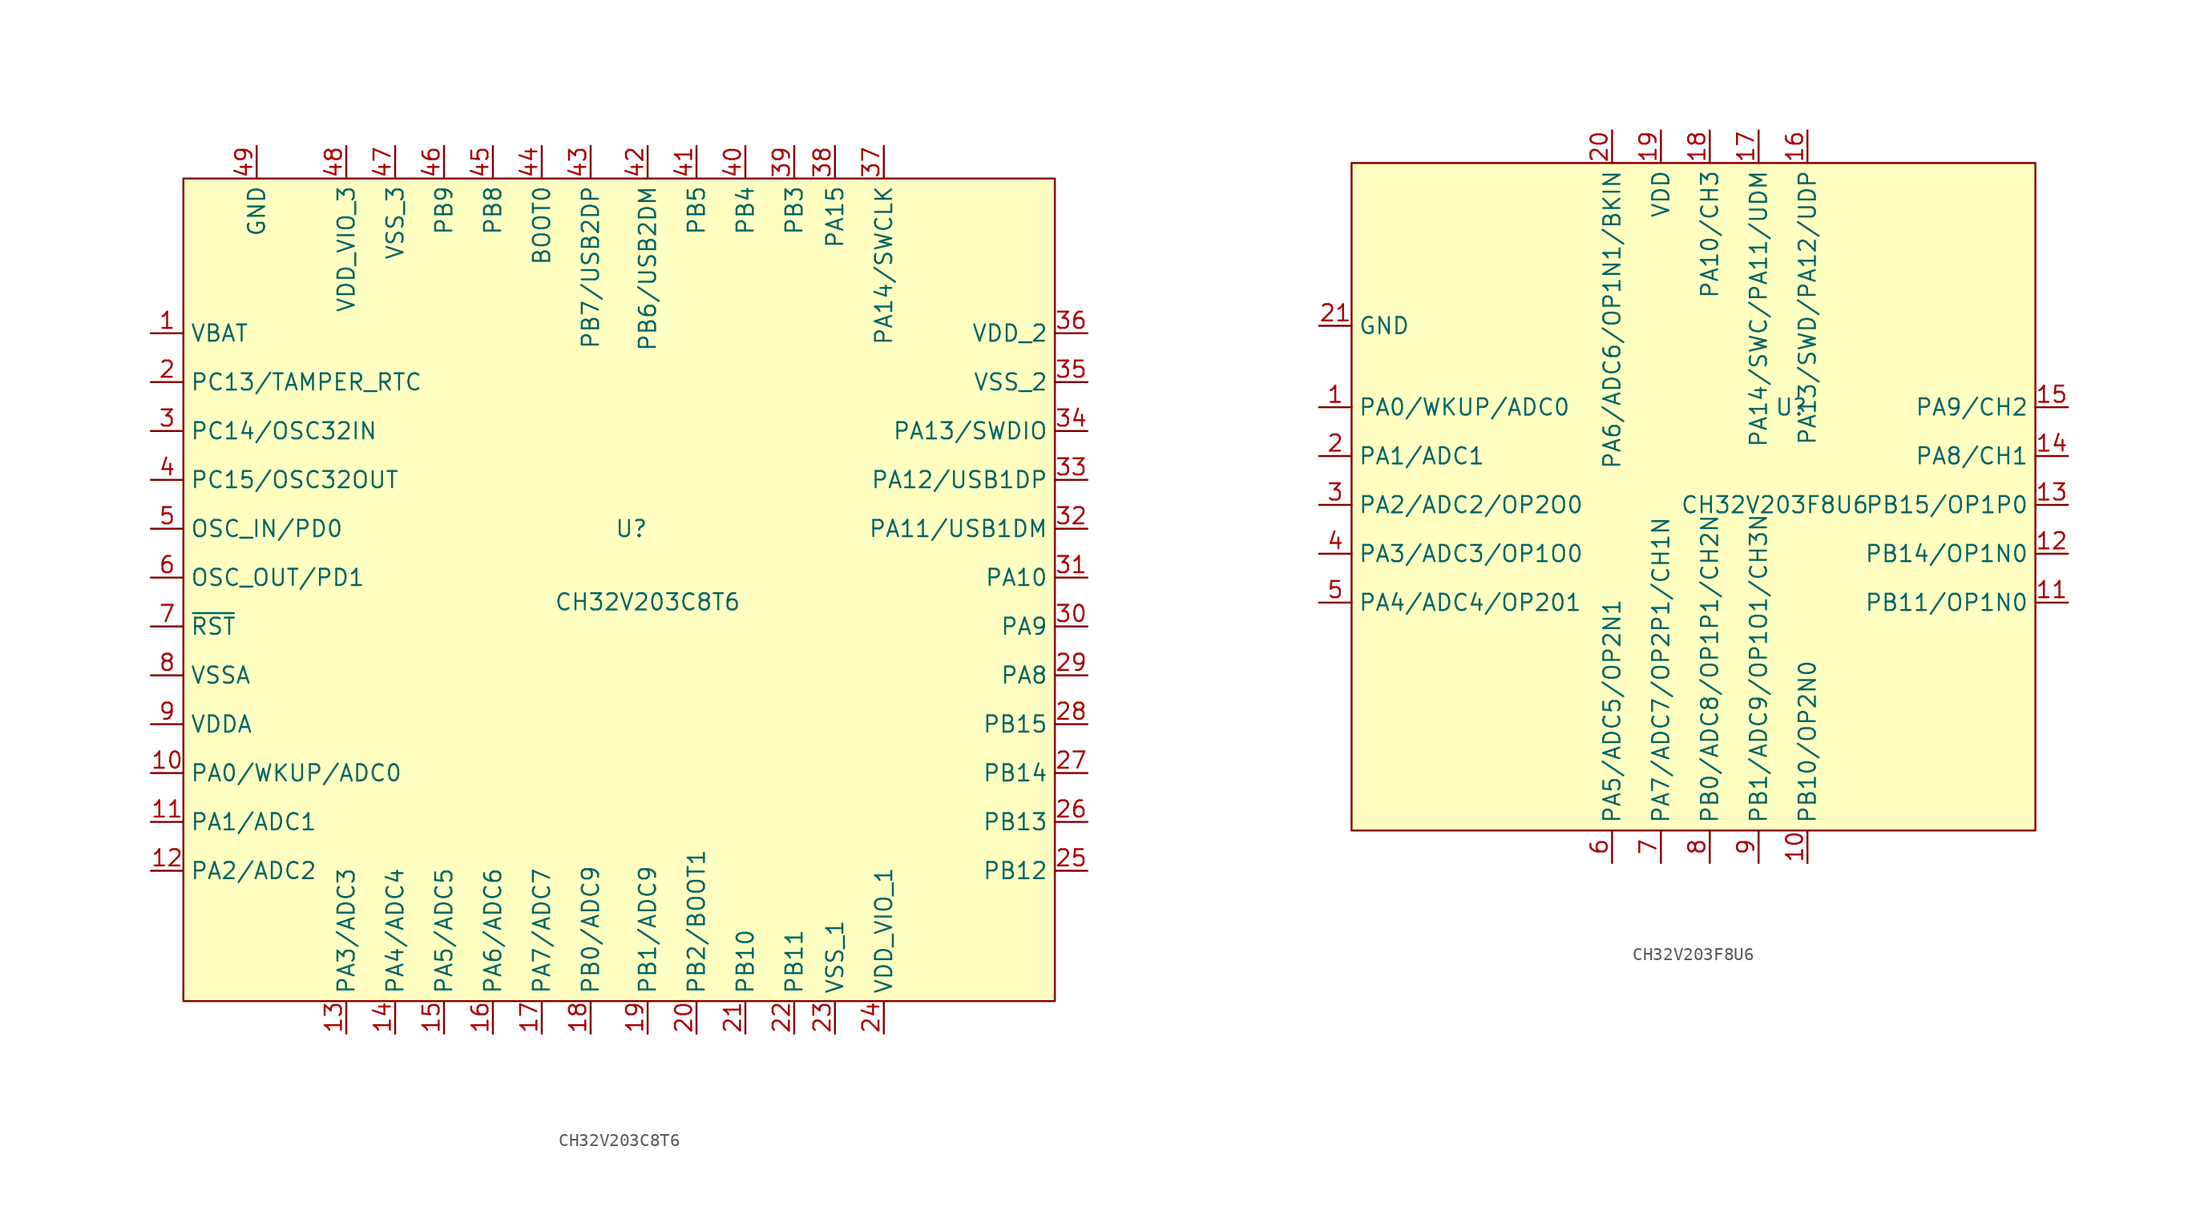
<source format=kicad_sym>
(kicad_symbol_lib
  (version 20231120)
  (generator "kicad_symbol_editor")
  (generator_version "8.0")
  (symbol "CH32V203C8T6"
    (property "Reference" "U"
      (at 1.27 5.715 0)
      (effects (font (size 1.27 1.27))))
    (property "Value" "CH32V203C8T6"
      (at 2.54 0 0)
      (effects (font (size 1.27 1.27))))
    (symbol "CH32V203C8T6_0_1"
      (rectangle (start -33.655 33.02) (end 34.29 -31.115) (stroke (width 0) (type default)) (fill (type background))))
    (symbol "CH32V203C8T6_1_1"
      (pin bidirectional line (at -36.195 20.955 0) (length 2.54) (name "VBAT" (effects (font (size 1.27 1.27)))) (number "1" (effects (font (size 1.27 1.27)))))
      (pin bidirectional line (at -36.195 -13.335 0) (length 2.54) (name "PA0/WKUP/ADC0" (effects (font (size 1.27 1.27)))) (number "10" (effects (font (size 1.27 1.27)))))
      (pin bidirectional line (at -36.195 -17.145 0) (length 2.54) (name "PA1/ADC1" (effects (font (size 1.27 1.27)))) (number "11" (effects (font (size 1.27 1.27)))))
      (pin bidirectional line (at -36.195 -20.955 0) (length 2.54) (name "PA2/ADC2" (effects (font (size 1.27 1.27)))) (number "12" (effects (font (size 1.27 1.27)))))
      (pin bidirectional line (at -20.955 -33.655 90) (length 2.54) (name "PA3/ADC3" (effects (font (size 1.27 1.27)))) (number "13" (effects (font (size 1.27 1.27)))))
      (pin bidirectional line (at -17.145 -33.655 90) (length 2.54) (name "PA4/ADC4" (effects (font (size 1.27 1.27)))) (number "14" (effects (font (size 1.27 1.27)))))
      (pin bidirectional line (at -13.335 -33.655 90) (length 2.54) (name "PA5/ADC5" (effects (font (size 1.27 1.27)))) (number "15" (effects (font (size 1.27 1.27)))))
      (pin bidirectional line (at -9.525 -33.655 90) (length 2.54) (name "PA6/ADC6" (effects (font (size 1.27 1.27)))) (number "16" (effects (font (size 1.27 1.27)))))
      (pin bidirectional line (at -5.715 -33.655 90) (length 2.54) (name "PA7/ADC7" (effects (font (size 1.27 1.27)))) (number "17" (effects (font (size 1.27 1.27)))))
      (pin bidirectional line (at -1.905 -33.655 90) (length 2.54) (name "PB0/ADC9" (effects (font (size 1.27 1.27)))) (number "18" (effects (font (size 1.27 1.27)))))
      (pin bidirectional line (at 2.54 -33.655 90) (length 2.54) (name "PB1/ADC9" (effects (font (size 1.27 1.27)))) (number "19" (effects (font (size 1.27 1.27)))))
      (pin bidirectional line (at -36.195 17.145 0) (length 2.54) (name "PC13/TAMPER_RTC" (effects (font (size 1.27 1.27)))) (number "2" (effects (font (size 1.27 1.27)))))
      (pin bidirectional line (at 6.35 -33.655 90) (length 2.54) (name "PB2/BOOT1" (effects (font (size 1.27 1.27)))) (number "20" (effects (font (size 1.27 1.27)))))
      (pin bidirectional line (at 10.16 -33.655 90) (length 2.54) (name "PB10" (effects (font (size 1.27 1.27)))) (number "21" (effects (font (size 1.27 1.27)))))
      (pin bidirectional line (at 13.97 -33.655 90) (length 2.54) (name "PB11" (effects (font (size 1.27 1.27)))) (number "22" (effects (font (size 1.27 1.27)))))
      (pin power_in line (at 17.145 -33.655 90) (length 2.54) (name "VSS_1" (effects (font (size 1.27 1.27)))) (number "23" (effects (font (size 1.27 1.27)))))
      (pin power_in line (at 20.955 -33.655 90) (length 2.54) (name "VDD_VIO_1" (effects (font (size 1.27 1.27)))) (number "24" (effects (font (size 1.27 1.27)))))
      (pin bidirectional line (at 36.83 -20.955 180) (length 2.54) (name "PB12" (effects (font (size 1.27 1.27)))) (number "25" (effects (font (size 1.27 1.27)))))
      (pin bidirectional line (at 36.83 -17.145 180) (length 2.54) (name "PB13" (effects (font (size 1.27 1.27)))) (number "26" (effects (font (size 1.27 1.27)))))
      (pin bidirectional line (at 36.83 -13.335 180) (length 2.54) (name "PB14" (effects (font (size 1.27 1.27)))) (number "27" (effects (font (size 1.27 1.27)))))
      (pin bidirectional line (at 36.83 -9.525 180) (length 2.54) (name "PB15" (effects (font (size 1.27 1.27)))) (number "28" (effects (font (size 1.27 1.27)))))
      (pin bidirectional line (at 36.83 -5.715 180) (length 2.54) (name "PA8" (effects (font (size 1.27 1.27)))) (number "29" (effects (font (size 1.27 1.27)))))
      (pin bidirectional line (at -36.195 13.335 0) (length 2.54) (name "PC14/OSC32IN" (effects (font (size 1.27 1.27)))) (number "3" (effects (font (size 1.27 1.27)))))
      (pin bidirectional line (at 36.83 -1.905 180) (length 2.54) (name "PA9" (effects (font (size 1.27 1.27)))) (number "30" (effects (font (size 1.27 1.27)))))
      (pin bidirectional line (at 36.83 1.905 180) (length 2.54) (name "PA10" (effects (font (size 1.27 1.27)))) (number "31" (effects (font (size 1.27 1.27)))))
      (pin bidirectional line (at 36.83 5.715 180) (length 2.54) (name "PA11/USB1DM" (effects (font (size 1.27 1.27)))) (number "32" (effects (font (size 1.27 1.27)))))
      (pin bidirectional line (at 36.83 9.525 180) (length 2.54) (name "PA12/USB1DP" (effects (font (size 1.27 1.27)))) (number "33" (effects (font (size 1.27 1.27)))))
      (pin bidirectional line (at 36.83 13.335 180) (length 2.54) (name "PA13/SWDIO" (effects (font (size 1.27 1.27)))) (number "34" (effects (font (size 1.27 1.27)))))
      (pin power_in line (at 36.83 17.145 180) (length 2.54) (name "VSS_2" (effects (font (size 1.27 1.27)))) (number "35" (effects (font (size 1.27 1.27)))))
      (pin power_in line (at 36.83 20.955 180) (length 2.54) (name "VDD_2" (effects (font (size 1.27 1.27)))) (number "36" (effects (font (size 1.27 1.27)))))
      (pin bidirectional line (at 20.955 35.56 270) (length 2.54) (name "PA14/SWCLK" (effects (font (size 1.27 1.27)))) (number "37" (effects (font (size 1.27 1.27)))))
      (pin bidirectional line (at 17.145 35.56 270) (length 2.54) (name "PA15" (effects (font (size 1.27 1.27)))) (number "38" (effects (font (size 1.27 1.27)))))
      (pin bidirectional line (at 13.97 35.56 270) (length 2.54) (name "PB3" (effects (font (size 1.27 1.27)))) (number "39" (effects (font (size 1.27 1.27)))))
      (pin bidirectional line (at -36.195 9.525 0) (length 2.54) (name "PC15/OSC32OUT" (effects (font (size 1.27 1.27)))) (number "4" (effects (font (size 1.27 1.27)))))
      (pin bidirectional line (at 10.16 35.56 270) (length 2.54) (name "PB4" (effects (font (size 1.27 1.27)))) (number "40" (effects (font (size 1.27 1.27)))))
      (pin bidirectional line (at 6.35 35.56 270) (length 2.54) (name "PB5" (effects (font (size 1.27 1.27)))) (number "41" (effects (font (size 1.27 1.27)))))
      (pin bidirectional line (at 2.54 35.56 270) (length 2.54) (name "PB6/USB2DM" (effects (font (size 1.27 1.27)))) (number "42" (effects (font (size 1.27 1.27)))))
      (pin bidirectional line (at -1.905 35.56 270) (length 2.54) (name "PB7/USB2DP" (effects (font (size 1.27 1.27)))) (number "43" (effects (font (size 1.27 1.27)))))
      (pin input line (at -5.715 35.56 270) (length 2.54) (name "BOOT0" (effects (font (size 1.27 1.27)))) (number "44" (effects (font (size 1.27 1.27)))))
      (pin bidirectional line (at -9.525 35.56 270) (length 2.54) (name "PB8" (effects (font (size 1.27 1.27)))) (number "45" (effects (font (size 1.27 1.27)))))
      (pin bidirectional line (at -13.335 35.56 270) (length 2.54) (name "PB9" (effects (font (size 1.27 1.27)))) (number "46" (effects (font (size 1.27 1.27)))))
      (pin power_in line (at -17.145 35.56 270) (length 2.54) (name "VSS_3" (effects (font (size 1.27 1.27)))) (number "47" (effects (font (size 1.27 1.27)))))
      (pin power_in line (at -20.955 35.56 270) (length 2.54) (name "VDD_VIO_3" (effects (font (size 1.27 1.27)))) (number "48" (effects (font (size 1.27 1.27)))))
      (pin power_in line (at -27.94 35.56 270) (length 2.54) (name "GND" (effects (font (size 1.27 1.27)))) (number "49" (effects (font (size 1.27 1.27)))))
      (pin bidirectional line (at -36.195 5.715 0) (length 2.54) (name "OSC_IN/PD0" (effects (font (size 1.27 1.27)))) (number "5" (effects (font (size 1.27 1.27)))))
      (pin bidirectional line (at -36.195 1.905 0) (length 2.54) (name "OSC_OUT/PD1" (effects (font (size 1.27 1.27)))) (number "6" (effects (font (size 1.27 1.27)))))
      (pin bidirectional line (at -36.195 -1.905 0) (length 2.54) (name "~{RST}" (effects (font (size 1.27 1.27)))) (number "7" (effects (font (size 1.27 1.27)))))
      (pin power_in line (at -36.195 -5.715 0) (length 2.54) (name "VSSA" (effects (font (size 1.27 1.27)))) (number "8" (effects (font (size 1.27 1.27)))))
      (pin power_in line (at -36.195 -9.525 0) (length 2.54) (name "VDDA" (effects (font (size 1.27 1.27)))) (number "9" (effects (font (size 1.27 1.27)))))))
  (symbol "CH32V203F8U6"
    (property "Reference" "U"
      (at 6.35 7.62 0)
      (effects (font (size 1.27 1.27))))
    (property "Value" "CH32V203F8U6"
      (at 5.08 0 0)
      (effects (font (size 1.27 1.27))))
    (symbol "CH32V203F8U6_0_1"
      (rectangle (start -27.94 26.67) (end 25.4 -25.4) (stroke (width 0) (type default)) (fill (type background))))
    (symbol "CH32V203F8U6_1_1"
      (pin bidirectional line (at -30.48 7.62 0) (length 2.54) (name "PA0/WKUP/ADC0" (effects (font (size 1.27 1.27)))) (number "1" (effects (font (size 1.27 1.27)))))
      (pin bidirectional line (at 7.62 -27.94 90) (length 2.54) (name "PB10/OP2N0" (effects (font (size 1.27 1.27)))) (number "10" (effects (font (size 1.27 1.27)))))
      (pin bidirectional line (at 27.94 -7.62 180) (length 2.54) (name "PB11/OP1N0" (effects (font (size 1.27 1.27)))) (number "11" (effects (font (size 1.27 1.27)))))
      (pin bidirectional line (at 27.94 -3.81 180) (length 2.54) (name "PB14/OP1N0" (effects (font (size 1.27 1.27)))) (number "12" (effects (font (size 1.27 1.27)))))
      (pin bidirectional line (at 27.94 0 180) (length 2.54) (name "PB15/OP1P0" (effects (font (size 1.27 1.27)))) (number "13" (effects (font (size 1.27 1.27)))))
      (pin bidirectional line (at 27.94 3.81 180) (length 2.54) (name "PA8/CH1" (effects (font (size 1.27 1.27)))) (number "14" (effects (font (size 1.27 1.27)))))
      (pin bidirectional line (at 27.94 7.62 180) (length 2.54) (name "PA9/CH2" (effects (font (size 1.27 1.27)))) (number "15" (effects (font (size 1.27 1.27)))))
      (pin bidirectional line (at 7.62 29.21 270) (length 2.54) (name "PA13/SWD/PA12/UDP" (effects (font (size 1.27 1.27)))) (number "16" (effects (font (size 1.27 1.27)))))
      (pin bidirectional line (at 3.81 29.21 270) (length 2.54) (name "PA14/SWC/PA11/UDM" (effects (font (size 1.27 1.27)))) (number "17" (effects (font (size 1.27 1.27)))))
      (pin bidirectional line (at 0 29.21 270) (length 2.54) (name "PA10/CH3" (effects (font (size 1.27 1.27)))) (number "18" (effects (font (size 1.27 1.27)))))
      (pin power_in line (at -3.81 29.21 270) (length 2.54) (name "VDD" (effects (font (size 1.27 1.27)))) (number "19" (effects (font (size 1.27 1.27)))))
      (pin bidirectional line (at -30.48 3.81 0) (length 2.54) (name "PA1/ADC1" (effects (font (size 1.27 1.27)))) (number "2" (effects (font (size 1.27 1.27)))))
      (pin bidirectional line (at -7.62 29.21 270) (length 2.54) (name "PA6/ADC6/OP1N1/BKIN" (effects (font (size 1.27 1.27)))) (number "20" (effects (font (size 1.27 1.27)))))
      (pin power_in line (at -30.48 13.97 0) (length 2.54) (name "GND" (effects (font (size 1.27 1.27)))) (number "21" (effects (font (size 1.27 1.27)))))
      (pin bidirectional line (at -30.48 0 0) (length 2.54) (name "PA2/ADC2/OP2O0" (effects (font (size 1.27 1.27)))) (number "3" (effects (font (size 1.27 1.27)))))
      (pin power_in line (at -30.48 -3.81 0) (length 2.54) (name "PA3/ADC3/OP1O0" (effects (font (size 1.27 1.27)))) (number "4" (effects (font (size 1.27 1.27)))))
      (pin bidirectional line (at -30.48 -7.62 0) (length 2.54) (name "PA4/ADC4/OP201" (effects (font (size 1.27 1.27)))) (number "5" (effects (font (size 1.27 1.27)))))
      (pin power_in line (at -7.62 -27.94 90) (length 2.54) (name "PA5/ADC5/OP2N1" (effects (font (size 1.27 1.27)))) (number "6" (effects (font (size 1.27 1.27)))))
      (pin bidirectional line (at -3.81 -27.94 90) (length 2.54) (name "PA7/ADC7/OP2P1/CH1N" (effects (font (size 1.27 1.27)))) (number "7" (effects (font (size 1.27 1.27)))))
      (pin bidirectional line (at 0 -27.94 90) (length 2.54) (name "PB0/ADC8/OP1P1/CH2N" (effects (font (size 1.27 1.27)))) (number "8" (effects (font (size 1.27 1.27)))))
      (pin bidirectional line (at 3.81 -27.94 90) (length 2.54) (name "PB1/ADC9/OP1O1/CH3N" (effects (font (size 1.27 1.27)))) (number "9" (effects (font (size 1.27 1.27))))))))
</source>
